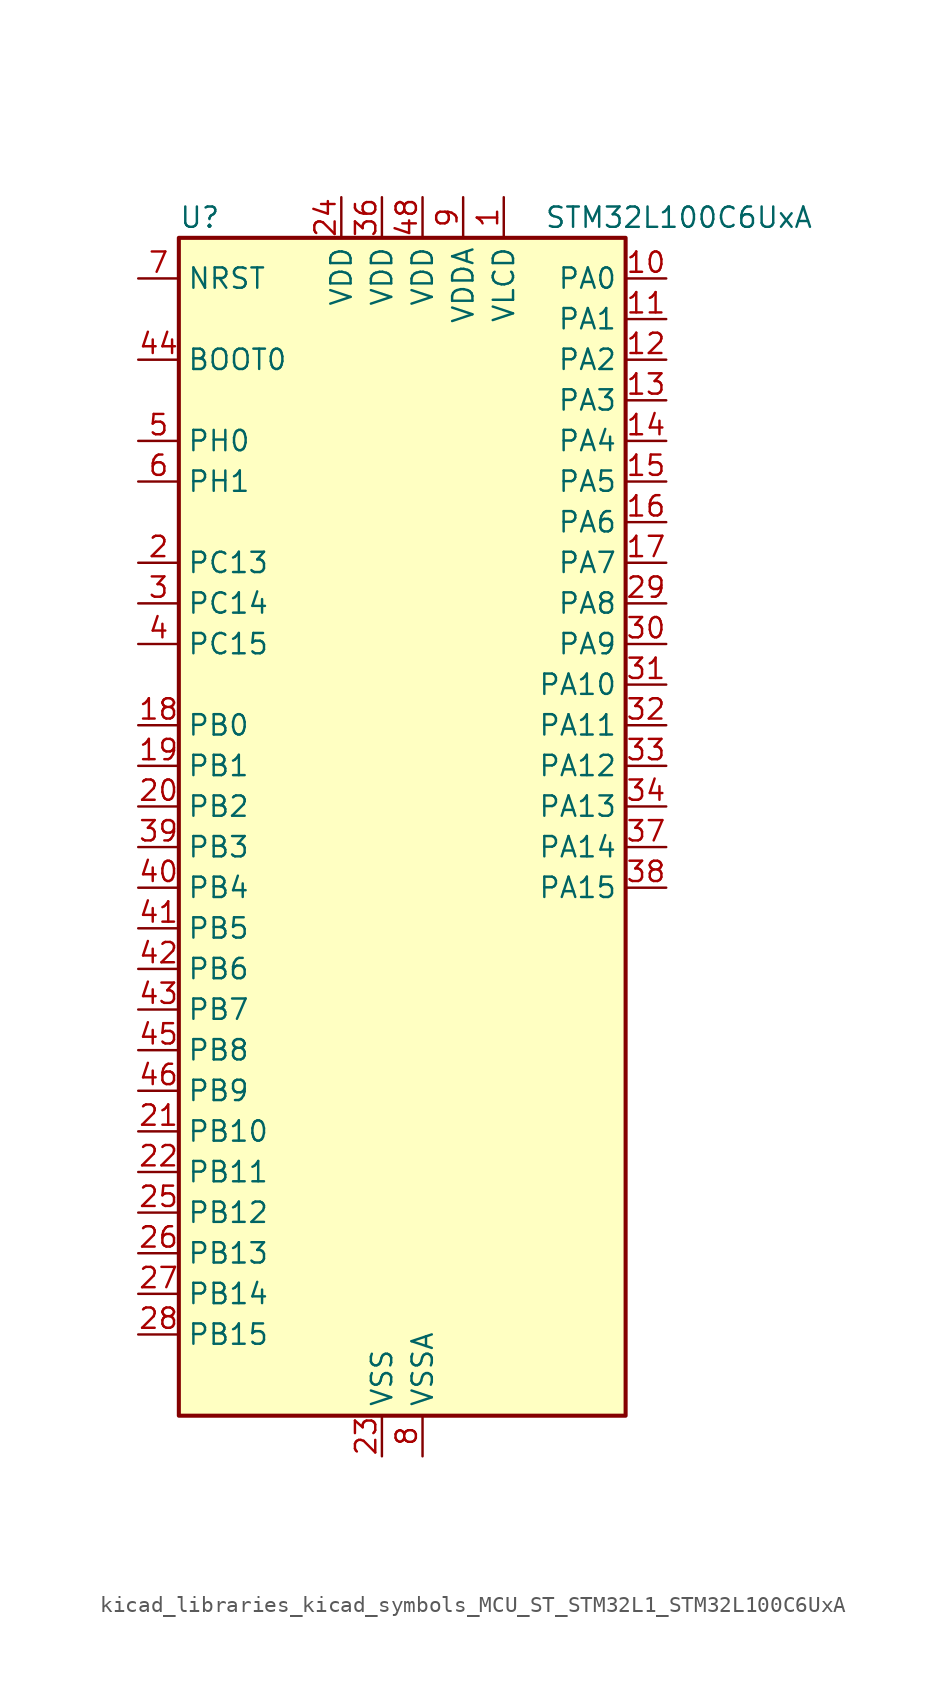
<source format=kicad_sym>
(kicad_symbol_lib
  (version 20220914)
  (generator kicad_symbol_editor)
  (symbol "kicad_libraries_kicad_symbols_MCU_ST_STM32L1_STM32L100C6UxA"
    (property "Reference" "U"
      (at -12.7 39.37 0)
      (effects (font (size 1.27 1.27)) (justify left)))
    (property "Value" "STM32L100C6UxA"
      (at 10.16 39.37 0)
      (effects (font (size 1.27 1.27)) (justify left)))
    (property "ki_locked" ""
      (at 0 0 0)
      (effects (font (size 1.27 1.27))))
    (symbol "kicad_libraries_kicad_symbols_MCU_ST_STM32L1_STM32L100C6UxA_0_1"
      (rectangle (start -12.7 -35.56) (end 15.24 38.1) (stroke (width 0.254) (type default)) (fill (type background))))
    (symbol "kicad_libraries_kicad_symbols_MCU_ST_STM32L1_STM32L100C6UxA_1_1"
      (pin power_in line (at 7.62 40.64 270) (length 2.54) (name "VLCD" (effects (font (size 1.27 1.27)))) (number "1" (effects (font (size 1.27 1.27)))))
      (pin bidirectional line (at 17.78 35.56 180) (length 2.54) (name "PA0" (effects (font (size 1.27 1.27)))) (number "10" (effects (font (size 1.27 1.27)))) (alternate "ADC_IN0" bidirectional line) (alternate "COMP1_INP" bidirectional line) (alternate "RTC_TAMP2" bidirectional line) (alternate "SYS_WKUP1" bidirectional line) (alternate "TIM2_CH1" bidirectional line) (alternate "TIM2_ETR" bidirectional line) (alternate "TIMX_IC1" bidirectional line) (alternate "USART2_CTS" bidirectional line))
      (pin bidirectional line (at 17.78 33.02 180) (length 2.54) (name "PA1" (effects (font (size 1.27 1.27)))) (number "11" (effects (font (size 1.27 1.27)))) (alternate "ADC_IN1" bidirectional line) (alternate "COMP1_INP" bidirectional line) (alternate "LCD_SEG0" bidirectional line) (alternate "TIM2_CH2" bidirectional line) (alternate "TIMX_IC2" bidirectional line) (alternate "USART2_RTS" bidirectional line))
      (pin bidirectional line (at 17.78 30.48 180) (length 2.54) (name "PA2" (effects (font (size 1.27 1.27)))) (number "12" (effects (font (size 1.27 1.27)))) (alternate "ADC_IN2" bidirectional line) (alternate "COMP1_INP" bidirectional line) (alternate "LCD_SEG1" bidirectional line) (alternate "TIM2_CH3" bidirectional line) (alternate "TIM9_CH1" bidirectional line) (alternate "TIMX_IC3" bidirectional line) (alternate "USART2_TX" bidirectional line))
      (pin bidirectional line (at 17.78 27.94 180) (length 2.54) (name "PA3" (effects (font (size 1.27 1.27)))) (number "13" (effects (font (size 1.27 1.27)))) (alternate "ADC_IN3" bidirectional line) (alternate "COMP1_INP" bidirectional line) (alternate "LCD_SEG2" bidirectional line) (alternate "TIM2_CH4" bidirectional line) (alternate "TIM9_CH2" bidirectional line) (alternate "TIMX_IC4" bidirectional line) (alternate "USART2_RX" bidirectional line))
      (pin bidirectional line (at 17.78 25.4 180) (length 2.54) (name "PA4" (effects (font (size 1.27 1.27)))) (number "14" (effects (font (size 1.27 1.27)))) (alternate "ADC_IN4" bidirectional line) (alternate "COMP1_INP" bidirectional line) (alternate "DAC_OUT1" bidirectional line) (alternate "SPI1_NSS" bidirectional line) (alternate "TIMX_IC1" bidirectional line) (alternate "USART2_CK" bidirectional line))
      (pin bidirectional line (at 17.78 22.86 180) (length 2.54) (name "PA5" (effects (font (size 1.27 1.27)))) (number "15" (effects (font (size 1.27 1.27)))) (alternate "ADC_IN5" bidirectional line) (alternate "COMP1_INP" bidirectional line) (alternate "DAC_OUT2" bidirectional line) (alternate "SPI1_SCK" bidirectional line) (alternate "TIM2_CH1" bidirectional line) (alternate "TIM2_ETR" bidirectional line) (alternate "TIMX_IC2" bidirectional line))
      (pin bidirectional line (at 17.78 20.32 180) (length 2.54) (name "PA6" (effects (font (size 1.27 1.27)))) (number "16" (effects (font (size 1.27 1.27)))) (alternate "ADC_IN6" bidirectional line) (alternate "COMP1_INP" bidirectional line) (alternate "LCD_SEG3" bidirectional line) (alternate "SPI1_MISO" bidirectional line) (alternate "TIM10_CH1" bidirectional line) (alternate "TIM3_CH1" bidirectional line) (alternate "TIMX_IC3" bidirectional line))
      (pin bidirectional line (at 17.78 17.78 180) (length 2.54) (name "PA7" (effects (font (size 1.27 1.27)))) (number "17" (effects (font (size 1.27 1.27)))) (alternate "ADC_IN7" bidirectional line) (alternate "COMP1_INP" bidirectional line) (alternate "LCD_SEG4" bidirectional line) (alternate "SPI1_MOSI" bidirectional line) (alternate "TIM11_CH1" bidirectional line) (alternate "TIM3_CH2" bidirectional line) (alternate "TIMX_IC4" bidirectional line))
      (pin bidirectional line (at -15.24 7.62 0) (length 2.54) (name "PB0" (effects (font (size 1.27 1.27)))) (number "18" (effects (font (size 1.27 1.27)))) (alternate "ADC_IN8" bidirectional line) (alternate "COMP1_INP" bidirectional line) (alternate "LCD_SEG5" bidirectional line) (alternate "SYS_V_REF_OUT" bidirectional line) (alternate "TIM3_CH3" bidirectional line))
      (pin bidirectional line (at -15.24 5.08 0) (length 2.54) (name "PB1" (effects (font (size 1.27 1.27)))) (number "19" (effects (font (size 1.27 1.27)))) (alternate "ADC_IN9" bidirectional line) (alternate "COMP1_INP" bidirectional line) (alternate "LCD_SEG6" bidirectional line) (alternate "SYS_V_REF_OUT" bidirectional line) (alternate "TIM3_CH4" bidirectional line))
      (pin bidirectional line (at -15.24 17.78 0) (length 2.54) (name "PC13" (effects (font (size 1.27 1.27)))) (number "2" (effects (font (size 1.27 1.27)))) (alternate "RTC_OUT_ALARM" bidirectional line) (alternate "RTC_OUT_CALIB" bidirectional line) (alternate "RTC_TAMP1" bidirectional line) (alternate "RTC_TS" bidirectional line) (alternate "SYS_WKUP2" bidirectional line) (alternate "TIMX_IC2" bidirectional line))
      (pin bidirectional line (at -15.24 2.54 0) (length 2.54) (name "PB2" (effects (font (size 1.27 1.27)))) (number "20" (effects (font (size 1.27 1.27)))))
      (pin bidirectional line (at -15.24 -17.78 0) (length 2.54) (name "PB10" (effects (font (size 1.27 1.27)))) (number "21" (effects (font (size 1.27 1.27)))) (alternate "I2C2_SCL" bidirectional line) (alternate "LCD_SEG10" bidirectional line) (alternate "TIM2_CH3" bidirectional line) (alternate "USART3_TX" bidirectional line))
      (pin bidirectional line (at -15.24 -20.32 0) (length 2.54) (name "PB11" (effects (font (size 1.27 1.27)))) (number "22" (effects (font (size 1.27 1.27)))) (alternate "ADC_EXTI11" bidirectional line) (alternate "I2C2_SDA" bidirectional line) (alternate "LCD_SEG11" bidirectional line) (alternate "TIM2_CH4" bidirectional line) (alternate "USART3_RX" bidirectional line))
      (pin power_in line (at 0 -38.1 90) (length 2.54) (name "VSS" (effects (font (size 1.27 1.27)))) (number "23" (effects (font (size 1.27 1.27)))))
      (pin power_in line (at -2.54 40.64 270) (length 2.54) (name "VDD" (effects (font (size 1.27 1.27)))) (number "24" (effects (font (size 1.27 1.27)))))
      (pin bidirectional line (at -15.24 -22.86 0) (length 2.54) (name "PB12" (effects (font (size 1.27 1.27)))) (number "25" (effects (font (size 1.27 1.27)))) (alternate "ADC_IN18" bidirectional line) (alternate "COMP1_INP" bidirectional line) (alternate "I2C2_SMBA" bidirectional line) (alternate "LCD_SEG12" bidirectional line) (alternate "SPI2_NSS" bidirectional line) (alternate "TIM10_CH1" bidirectional line) (alternate "USART3_CK" bidirectional line))
      (pin bidirectional line (at -15.24 -25.4 0) (length 2.54) (name "PB13" (effects (font (size 1.27 1.27)))) (number "26" (effects (font (size 1.27 1.27)))) (alternate "ADC_IN19" bidirectional line) (alternate "COMP1_INP" bidirectional line) (alternate "LCD_SEG13" bidirectional line) (alternate "SPI2_SCK" bidirectional line) (alternate "TIM9_CH1" bidirectional line) (alternate "USART3_CTS" bidirectional line))
      (pin bidirectional line (at -15.24 -27.94 0) (length 2.54) (name "PB14" (effects (font (size 1.27 1.27)))) (number "27" (effects (font (size 1.27 1.27)))) (alternate "ADC_IN20" bidirectional line) (alternate "COMP1_INP" bidirectional line) (alternate "LCD_SEG14" bidirectional line) (alternate "SPI2_MISO" bidirectional line) (alternate "TIM9_CH2" bidirectional line) (alternate "USART3_RTS" bidirectional line))
      (pin bidirectional line (at -15.24 -30.48 0) (length 2.54) (name "PB15" (effects (font (size 1.27 1.27)))) (number "28" (effects (font (size 1.27 1.27)))) (alternate "ADC_EXTI15" bidirectional line) (alternate "ADC_IN21" bidirectional line) (alternate "COMP1_INP" bidirectional line) (alternate "LCD_SEG15" bidirectional line) (alternate "RTC_REFIN" bidirectional line) (alternate "SPI2_MOSI" bidirectional line) (alternate "TIM11_CH1" bidirectional line))
      (pin bidirectional line (at 17.78 15.24 180) (length 2.54) (name "PA8" (effects (font (size 1.27 1.27)))) (number "29" (effects (font (size 1.27 1.27)))) (alternate "LCD_COM0" bidirectional line) (alternate "RCC_MCO" bidirectional line) (alternate "TIMX_IC1" bidirectional line) (alternate "USART1_CK" bidirectional line))
      (pin bidirectional line (at -15.24 15.24 0) (length 2.54) (name "PC14" (effects (font (size 1.27 1.27)))) (number "3" (effects (font (size 1.27 1.27)))) (alternate "RCC_OSC32_IN" bidirectional line) (alternate "TIMX_IC3" bidirectional line))
      (pin bidirectional line (at 17.78 12.7 180) (length 2.54) (name "PA9" (effects (font (size 1.27 1.27)))) (number "30" (effects (font (size 1.27 1.27)))) (alternate "DAC_EXTI9" bidirectional line) (alternate "LCD_COM1" bidirectional line) (alternate "TIMX_IC2" bidirectional line) (alternate "USART1_TX" bidirectional line))
      (pin bidirectional line (at 17.78 10.16 180) (length 2.54) (name "PA10" (effects (font (size 1.27 1.27)))) (number "31" (effects (font (size 1.27 1.27)))) (alternate "LCD_COM2" bidirectional line) (alternate "TIMX_IC3" bidirectional line) (alternate "USART1_RX" bidirectional line))
      (pin bidirectional line (at 17.78 7.62 180) (length 2.54) (name "PA11" (effects (font (size 1.27 1.27)))) (number "32" (effects (font (size 1.27 1.27)))) (alternate "ADC_EXTI11" bidirectional line) (alternate "SPI1_MISO" bidirectional line) (alternate "TIMX_IC4" bidirectional line) (alternate "USART1_CTS" bidirectional line) (alternate "USB_DM" bidirectional line))
      (pin bidirectional line (at 17.78 5.08 180) (length 2.54) (name "PA12" (effects (font (size 1.27 1.27)))) (number "33" (effects (font (size 1.27 1.27)))) (alternate "SPI1_MOSI" bidirectional line) (alternate "TIMX_IC1" bidirectional line) (alternate "USART1_RTS" bidirectional line) (alternate "USB_DP" bidirectional line))
      (pin bidirectional line (at 17.78 2.54 180) (length 2.54) (name "PA13" (effects (font (size 1.27 1.27)))) (number "34" (effects (font (size 1.27 1.27)))) (alternate "SYS_JTMS-SWDIO" bidirectional line) (alternate "TIMX_IC2" bidirectional line))
      (pin passive line (at 0 -38.1 90) (length 2.54) hide (name "VSS" (effects (font (size 1.27 1.27)))) (number "35" (effects (font (size 1.27 1.27)))))
      (pin power_in line (at 0 40.64 270) (length 2.54) (name "VDD" (effects (font (size 1.27 1.27)))) (number "36" (effects (font (size 1.27 1.27)))))
      (pin bidirectional line (at 17.78 0 180) (length 2.54) (name "PA14" (effects (font (size 1.27 1.27)))) (number "37" (effects (font (size 1.27 1.27)))) (alternate "SYS_JTCK-SWCLK" bidirectional line) (alternate "TIMX_IC3" bidirectional line))
      (pin bidirectional line (at 17.78 -2.54 180) (length 2.54) (name "PA15" (effects (font (size 1.27 1.27)))) (number "38" (effects (font (size 1.27 1.27)))) (alternate "ADC_EXTI15" bidirectional line) (alternate "LCD_SEG17" bidirectional line) (alternate "SPI1_NSS" bidirectional line) (alternate "SYS_JTDI" bidirectional line) (alternate "TIM2_CH1" bidirectional line) (alternate "TIM2_ETR" bidirectional line) (alternate "TIMX_IC4" bidirectional line))
      (pin bidirectional line (at -15.24 0 0) (length 2.54) (name "PB3" (effects (font (size 1.27 1.27)))) (number "39" (effects (font (size 1.27 1.27)))) (alternate "COMP2_INM" bidirectional line) (alternate "LCD_SEG7" bidirectional line) (alternate "SPI1_SCK" bidirectional line) (alternate "SYS_JTDO-TRACESWO" bidirectional line) (alternate "TIM2_CH2" bidirectional line))
      (pin bidirectional line (at -15.24 12.7 0) (length 2.54) (name "PC15" (effects (font (size 1.27 1.27)))) (number "4" (effects (font (size 1.27 1.27)))) (alternate "ADC_EXTI15" bidirectional line) (alternate "RCC_OSC32_OUT" bidirectional line) (alternate "TIMX_IC4" bidirectional line))
      (pin bidirectional line (at -15.24 -2.54 0) (length 2.54) (name "PB4" (effects (font (size 1.27 1.27)))) (number "40" (effects (font (size 1.27 1.27)))) (alternate "COMP2_INP" bidirectional line) (alternate "LCD_SEG8" bidirectional line) (alternate "SPI1_MISO" bidirectional line) (alternate "SYS_JTRST" bidirectional line) (alternate "TIM3_CH1" bidirectional line))
      (pin bidirectional line (at -15.24 -5.08 0) (length 2.54) (name "PB5" (effects (font (size 1.27 1.27)))) (number "41" (effects (font (size 1.27 1.27)))) (alternate "COMP2_INP" bidirectional line) (alternate "I2C1_SMBA" bidirectional line) (alternate "LCD_SEG9" bidirectional line) (alternate "SPI1_MOSI" bidirectional line) (alternate "TIM3_CH2" bidirectional line))
      (pin bidirectional line (at -15.24 -7.62 0) (length 2.54) (name "PB6" (effects (font (size 1.27 1.27)))) (number "42" (effects (font (size 1.27 1.27)))) (alternate "I2C1_SCL" bidirectional line) (alternate "TIM4_CH1" bidirectional line) (alternate "USART1_TX" bidirectional line))
      (pin bidirectional line (at -15.24 -10.16 0) (length 2.54) (name "PB7" (effects (font (size 1.27 1.27)))) (number "43" (effects (font (size 1.27 1.27)))) (alternate "I2C1_SDA" bidirectional line) (alternate "SYS_PVD_IN" bidirectional line) (alternate "TIM4_CH2" bidirectional line) (alternate "USART1_RX" bidirectional line))
      (pin input line (at -15.24 30.48 0) (length 2.54) (name "BOOT0" (effects (font (size 1.27 1.27)))) (number "44" (effects (font (size 1.27 1.27)))))
      (pin bidirectional line (at -15.24 -12.7 0) (length 2.54) (name "PB8" (effects (font (size 1.27 1.27)))) (number "45" (effects (font (size 1.27 1.27)))) (alternate "I2C1_SCL" bidirectional line) (alternate "LCD_SEG16" bidirectional line) (alternate "TIM10_CH1" bidirectional line) (alternate "TIM4_CH3" bidirectional line))
      (pin bidirectional line (at -15.24 -15.24 0) (length 2.54) (name "PB9" (effects (font (size 1.27 1.27)))) (number "46" (effects (font (size 1.27 1.27)))) (alternate "DAC_EXTI9" bidirectional line) (alternate "I2C1_SDA" bidirectional line) (alternate "LCD_COM3" bidirectional line) (alternate "TIM11_CH1" bidirectional line) (alternate "TIM4_CH4" bidirectional line))
      (pin passive line (at 0 -38.1 90) (length 2.54) hide (name "VSS" (effects (font (size 1.27 1.27)))) (number "47" (effects (font (size 1.27 1.27)))))
      (pin power_in line (at 2.54 40.64 270) (length 2.54) (name "VDD" (effects (font (size 1.27 1.27)))) (number "48" (effects (font (size 1.27 1.27)))))
      (pin passive line (at 0 -38.1 90) (length 2.54) hide (name "VSS" (effects (font (size 1.27 1.27)))) (number "49" (effects (font (size 1.27 1.27)))))
      (pin bidirectional line (at -15.24 25.4 0) (length 2.54) (name "PH0" (effects (font (size 1.27 1.27)))) (number "5" (effects (font (size 1.27 1.27)))) (alternate "RCC_OSC_IN" bidirectional line))
      (pin bidirectional line (at -15.24 22.86 0) (length 2.54) (name "PH1" (effects (font (size 1.27 1.27)))) (number "6" (effects (font (size 1.27 1.27)))) (alternate "RCC_OSC_OUT" bidirectional line))
      (pin input line (at -15.24 35.56 0) (length 2.54) (name "NRST" (effects (font (size 1.27 1.27)))) (number "7" (effects (font (size 1.27 1.27)))))
      (pin power_in line (at 2.54 -38.1 90) (length 2.54) (name "VSSA" (effects (font (size 1.27 1.27)))) (number "8" (effects (font (size 1.27 1.27)))))
      (pin power_in line (at 5.08 40.64 270) (length 2.54) (name "VDDA" (effects (font (size 1.27 1.27)))) (number "9" (effects (font (size 1.27 1.27))))))))
</source>
